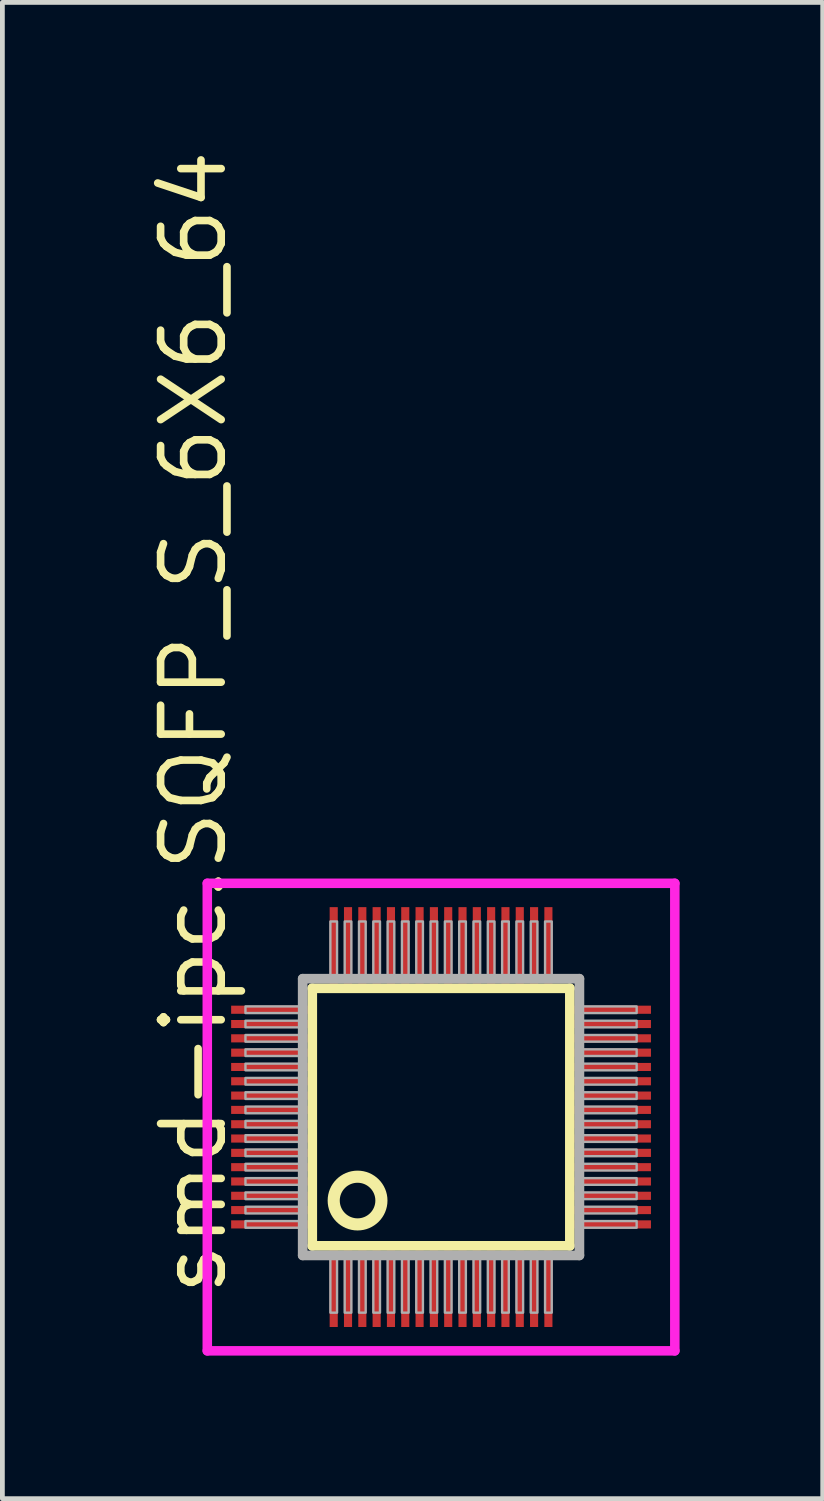
<source format=kicad_pcb>
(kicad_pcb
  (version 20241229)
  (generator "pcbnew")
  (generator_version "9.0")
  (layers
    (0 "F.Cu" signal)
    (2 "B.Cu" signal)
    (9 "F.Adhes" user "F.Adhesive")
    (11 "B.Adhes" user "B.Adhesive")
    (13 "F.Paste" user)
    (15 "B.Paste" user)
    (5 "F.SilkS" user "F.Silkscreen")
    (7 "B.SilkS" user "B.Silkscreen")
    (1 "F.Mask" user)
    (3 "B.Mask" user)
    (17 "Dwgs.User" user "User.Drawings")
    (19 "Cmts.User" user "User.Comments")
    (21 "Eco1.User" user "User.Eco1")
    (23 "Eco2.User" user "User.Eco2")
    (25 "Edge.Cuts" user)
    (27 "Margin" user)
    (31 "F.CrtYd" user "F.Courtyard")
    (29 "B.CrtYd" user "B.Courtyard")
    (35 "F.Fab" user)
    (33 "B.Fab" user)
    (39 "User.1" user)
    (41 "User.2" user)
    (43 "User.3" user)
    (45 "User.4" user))
  (footprint "smd-ipc.SQFP_S_6X6_64"
    (layer "F.Cu")
    (at 6.195 20.365)
    (property "Reference" "smd-ipc.SQFP_S_6X6_64" (at -4.445 3.81 90) (layer "F.SilkS") (effects (font (size 1.27 1.27) (thickness 0.16)) (justify left bottom)))
    (attr smd)
    (fp_line (start -2.7 -2.7) (end 2.7 -2.7) (stroke (width 0.203) (type default)) (layer "F.SilkS"))
    (fp_line (start -2.7 2.7) (end -2.7 -2.7) (stroke (width 0.203) (type default)) (layer "F.SilkS"))
    (fp_line (start 2.7 -2.7) (end 2.7 2.7) (stroke (width 0.203) (type default)) (layer "F.SilkS"))
    (fp_line (start 2.7 2.7) (end -2.7 2.7) (stroke (width 0.203) (type default)) (layer "F.SilkS"))
    (fp_circle (center -1.75 1.75) (end -1.25 1.75) (stroke (width 0.254) (type default)) (fill no) (layer "F.SilkS"))
    (fp_line (start -4.9 -4.9) (end 4.9 -4.9) (stroke (width 0.2) (type default)) (layer "F.CrtYd"))
    (fp_line (start -4.9 4.9) (end -4.9 -4.9) (stroke (width 0.2) (type default)) (layer "F.CrtYd"))
    (fp_line (start 4.9 -4.9) (end 4.9 4.9) (stroke (width 0.2) (type default)) (layer "F.CrtYd"))
    (fp_line (start 4.9 4.9) (end -4.9 4.9) (stroke (width 0.2) (type default)) (layer "F.CrtYd"))
    (fp_line (start -2.9 -2.9) (end -2.9 2.9) (stroke (width 0.203) (type default)) (layer "F.Fab"))
    (fp_line (start -2.9 2.9) (end 2.9 2.9) (stroke (width 0.203) (type default)) (layer "F.Fab"))
    (fp_line (start 2.9 -2.9) (end -2.9 -2.9) (stroke (width 0.203) (type default)) (layer "F.Fab"))
    (fp_line (start 2.9 2.9) (end 2.9 -2.9) (stroke (width 0.203) (type default)) (layer "F.Fab"))
    (fp_rect (start -4.1 -2.18) (end -2.95 -2.32) (stroke (width 0.05) (type default)) (fill no) (layer "F.Fab"))
    (fp_rect (start -4.1 -1.88) (end -2.95 -2.02) (stroke (width 0.05) (type default)) (fill no) (layer "F.Fab"))
    (fp_rect (start -4.1 -1.58) (end -2.95 -1.72) (stroke (width 0.05) (type default)) (fill no) (layer "F.Fab"))
    (fp_rect (start -4.1 -1.28) (end -2.95 -1.42) (stroke (width 0.05) (type default)) (fill no) (layer "F.Fab"))
    (fp_rect (start -4.1 -0.98) (end -2.95 -1.12) (stroke (width 0.05) (type default)) (fill no) (layer "F.Fab"))
    (fp_rect (start -4.1 -0.68) (end -2.95 -0.82) (stroke (width 0.05) (type default)) (fill no) (layer "F.Fab"))
    (fp_rect (start -4.1 -0.38) (end -2.95 -0.52) (stroke (width 0.05) (type default)) (fill no) (layer "F.Fab"))
    (fp_rect (start -4.1 -0.08) (end -2.95 -0.22) (stroke (width 0.05) (type default)) (fill no) (layer "F.Fab"))
    (fp_rect (start -4.1 0.22) (end -2.95 0.08) (stroke (width 0.05) (type default)) (fill no) (layer "F.Fab"))
    (fp_rect (start -4.1 0.52) (end -2.95 0.38) (stroke (width 0.05) (type default)) (fill no) (layer "F.Fab"))
    (fp_rect (start -4.1 0.82) (end -2.95 0.68) (stroke (width 0.05) (type default)) (fill no) (layer "F.Fab"))
    (fp_rect (start -4.1 1.12) (end -2.95 0.98) (stroke (width 0.05) (type default)) (fill no) (layer "F.Fab"))
    (fp_rect (start -4.1 1.42) (end -2.95 1.28) (stroke (width 0.05) (type default)) (fill no) (layer "F.Fab"))
    (fp_rect (start -4.1 1.72) (end -2.95 1.58) (stroke (width 0.05) (type default)) (fill no) (layer "F.Fab"))
    (fp_rect (start -4.1 2.02) (end -2.95 1.88) (stroke (width 0.05) (type default)) (fill no) (layer "F.Fab"))
    (fp_rect (start -4.1 2.32) (end -2.95 2.18) (stroke (width 0.05) (type default)) (fill no) (layer "F.Fab"))
    (fp_rect (start -2.32 -2.95) (end -2.18 -4.1) (stroke (width 0.05) (type default)) (fill no) (layer "F.Fab"))
    (fp_rect (start -2.32 4.1) (end -2.18 2.95) (stroke (width 0.05) (type default)) (fill no) (layer "F.Fab"))
    (fp_rect (start -2.02 -2.95) (end -1.88 -4.1) (stroke (width 0.05) (type default)) (fill no) (layer "F.Fab"))
    (fp_rect (start -2.02 4.1) (end -1.88 2.95) (stroke (width 0.05) (type default)) (fill no) (layer "F.Fab"))
    (fp_rect (start -1.72 -2.95) (end -1.58 -4.1) (stroke (width 0.05) (type default)) (fill no) (layer "F.Fab"))
    (fp_rect (start -1.72 4.1) (end -1.58 2.95) (stroke (width 0.05) (type default)) (fill no) (layer "F.Fab"))
    (fp_rect (start -1.42 -2.95) (end -1.28 -4.1) (stroke (width 0.05) (type default)) (fill no) (layer "F.Fab"))
    (fp_rect (start -1.42 4.1) (end -1.28 2.95) (stroke (width 0.05) (type default)) (fill no) (layer "F.Fab"))
    (fp_rect (start -1.12 -2.95) (end -0.98 -4.1) (stroke (width 0.05) (type default)) (fill no) (layer "F.Fab"))
    (fp_rect (start -1.12 4.1) (end -0.98 2.95) (stroke (width 0.05) (type default)) (fill no) (layer "F.Fab"))
    (fp_rect (start -0.82 -2.95) (end -0.68 -4.1) (stroke (width 0.05) (type default)) (fill no) (layer "F.Fab"))
    (fp_rect (start -0.82 4.1) (end -0.68 2.95) (stroke (width 0.05) (type default)) (fill no) (layer "F.Fab"))
    (fp_rect (start -0.52 -2.95) (end -0.38 -4.1) (stroke (width 0.05) (type default)) (fill no) (layer "F.Fab"))
    (fp_rect (start -0.52 4.1) (end -0.38 2.95) (stroke (width 0.05) (type default)) (fill no) (layer "F.Fab"))
    (fp_rect (start -0.22 -2.95) (end -0.08 -4.1) (stroke (width 0.05) (type default)) (fill no) (layer "F.Fab"))
    (fp_rect (start -0.22 4.1) (end -0.08 2.95) (stroke (width 0.05) (type default)) (fill no) (layer "F.Fab"))
    (fp_rect (start 0.08 -2.95) (end 0.22 -4.1) (stroke (width 0.05) (type default)) (fill no) (layer "F.Fab"))
    (fp_rect (start 0.08 4.1) (end 0.22 2.95) (stroke (width 0.05) (type default)) (fill no) (layer "F.Fab"))
    (fp_rect (start 0.38 -2.95) (end 0.52 -4.1) (stroke (width 0.05) (type default)) (fill no) (layer "F.Fab"))
    (fp_rect (start 0.38 4.1) (end 0.52 2.95) (stroke (width 0.05) (type default)) (fill no) (layer "F.Fab"))
    (fp_rect (start 0.68 -2.95) (end 0.82 -4.1) (stroke (width 0.05) (type default)) (fill no) (layer "F.Fab"))
    (fp_rect (start 0.68 4.1) (end 0.82 2.95) (stroke (width 0.05) (type default)) (fill no) (layer "F.Fab"))
    (fp_rect (start 0.98 -2.95) (end 1.12 -4.1) (stroke (width 0.05) (type default)) (fill no) (layer "F.Fab"))
    (fp_rect (start 0.98 4.1) (end 1.12 2.95) (stroke (width 0.05) (type default)) (fill no) (layer "F.Fab"))
    (fp_rect (start 1.28 -2.95) (end 1.42 -4.1) (stroke (width 0.05) (type default)) (fill no) (layer "F.Fab"))
    (fp_rect (start 1.28 4.1) (end 1.42 2.95) (stroke (width 0.05) (type default)) (fill no) (layer "F.Fab"))
    (fp_rect (start 1.58 -2.95) (end 1.72 -4.1) (stroke (width 0.05) (type default)) (fill no) (layer "F.Fab"))
    (fp_rect (start 1.58 4.1) (end 1.72 2.95) (stroke (width 0.05) (type default)) (fill no) (layer "F.Fab"))
    (fp_rect (start 1.88 -2.95) (end 2.02 -4.1) (stroke (width 0.05) (type default)) (fill no) (layer "F.Fab"))
    (fp_rect (start 1.88 4.1) (end 2.02 2.95) (stroke (width 0.05) (type default)) (fill no) (layer "F.Fab"))
    (fp_rect (start 2.18 -2.95) (end 2.32 -4.1) (stroke (width 0.05) (type default)) (fill no) (layer "F.Fab"))
    (fp_rect (start 2.18 4.1) (end 2.32 2.95) (stroke (width 0.05) (type default)) (fill no) (layer "F.Fab"))
    (fp_rect (start 2.95 -2.18) (end 4.1 -2.32) (stroke (width 0.05) (type default)) (fill no) (layer "F.Fab"))
    (fp_rect (start 2.95 -1.88) (end 4.1 -2.02) (stroke (width 0.05) (type default)) (fill no) (layer "F.Fab"))
    (fp_rect (start 2.95 -1.58) (end 4.1 -1.72) (stroke (width 0.05) (type default)) (fill no) (layer "F.Fab"))
    (fp_rect (start 2.95 -1.28) (end 4.1 -1.42) (stroke (width 0.05) (type default)) (fill no) (layer "F.Fab"))
    (fp_rect (start 2.95 -0.98) (end 4.1 -1.12) (stroke (width 0.05) (type default)) (fill no) (layer "F.Fab"))
    (fp_rect (start 2.95 -0.68) (end 4.1 -0.82) (stroke (width 0.05) (type default)) (fill no) (layer "F.Fab"))
    (fp_rect (start 2.95 -0.38) (end 4.1 -0.52) (stroke (width 0.05) (type default)) (fill no) (layer "F.Fab"))
    (fp_rect (start 2.95 -0.08) (end 4.1 -0.22) (stroke (width 0.05) (type default)) (fill no) (layer "F.Fab"))
    (fp_rect (start 2.95 0.22) (end 4.1 0.08) (stroke (width 0.05) (type default)) (fill no) (layer "F.Fab"))
    (fp_rect (start 2.95 0.52) (end 4.1 0.38) (stroke (width 0.05) (type default)) (fill no) (layer "F.Fab"))
    (fp_rect (start 2.95 0.82) (end 4.1 0.68) (stroke (width 0.05) (type default)) (fill no) (layer "F.Fab"))
    (fp_rect (start 2.95 1.12) (end 4.1 0.98) (stroke (width 0.05) (type default)) (fill no) (layer "F.Fab"))
    (fp_rect (start 2.95 1.42) (end 4.1 1.28) (stroke (width 0.05) (type default)) (fill no) (layer "F.Fab"))
    (fp_rect (start 2.95 1.72) (end 4.1 1.58) (stroke (width 0.05) (type default)) (fill no) (layer "F.Fab"))
    (fp_rect (start 2.95 2.02) (end 4.1 1.88) (stroke (width 0.05) (type default)) (fill no) (layer "F.Fab"))
    (fp_rect (start 2.95 2.32) (end 4.1 2.18) (stroke (width 0.05) (type default)) (fill no) (layer "F.Fab"))
    (pad "1" smd roundrect (at -2.25 3.6) (size 0.17 1.6) (layers "F.Cu" "F.Mask" "F.Paste") (roundrect_rratio 0.01))
    (pad "2" smd roundrect (at -1.95 3.6) (size 0.17 1.6) (layers "F.Cu" "F.Mask" "F.Paste") (roundrect_rratio 0.01))
    (pad "3" smd roundrect (at -1.65 3.6) (size 0.17 1.6) (layers "F.Cu" "F.Mask" "F.Paste") (roundrect_rratio 0.01))
    (pad "4" smd roundrect (at -1.35 3.6) (size 0.17 1.6) (layers "F.Cu" "F.Mask" "F.Paste") (roundrect_rratio 0.01))
    (pad "5" smd roundrect (at -1.05 3.6) (size 0.17 1.6) (layers "F.Cu" "F.Mask" "F.Paste") (roundrect_rratio 0.01))
    (pad "6" smd roundrect (at -0.75 3.6) (size 0.17 1.6) (layers "F.Cu" "F.Mask" "F.Paste") (roundrect_rratio 0.01))
    (pad "7" smd roundrect (at -0.45 3.6) (size 0.17 1.6) (layers "F.Cu" "F.Mask" "F.Paste") (roundrect_rratio 0.01))
    (pad "8" smd roundrect (at -0.15 3.6) (size 0.17 1.6) (layers "F.Cu" "F.Mask" "F.Paste") (roundrect_rratio 0.01))
    (pad "9" smd roundrect (at 0.15 3.6) (size 0.17 1.6) (layers "F.Cu" "F.Mask" "F.Paste") (roundrect_rratio 0.01))
    (pad "10" smd roundrect (at 0.45 3.6) (size 0.17 1.6) (layers "F.Cu" "F.Mask" "F.Paste") (roundrect_rratio 0.01))
    (pad "11" smd roundrect (at 0.75 3.6) (size 0.17 1.6) (layers "F.Cu" "F.Mask" "F.Paste") (roundrect_rratio 0.01))
    (pad "12" smd roundrect (at 1.05 3.6) (size 0.17 1.6) (layers "F.Cu" "F.Mask" "F.Paste") (roundrect_rratio 0.01))
    (pad "13" smd roundrect (at 1.35 3.6) (size 0.17 1.6) (layers "F.Cu" "F.Mask" "F.Paste") (roundrect_rratio 0.01))
    (pad "14" smd roundrect (at 1.65 3.6) (size 0.17 1.6) (layers "F.Cu" "F.Mask" "F.Paste") (roundrect_rratio 0.01))
    (pad "15" smd roundrect (at 1.95 3.6) (size 0.17 1.6) (layers "F.Cu" "F.Mask" "F.Paste") (roundrect_rratio 0.01))
    (pad "16" smd roundrect (at 2.25 3.6) (size 0.17 1.6) (layers "F.Cu" "F.Mask" "F.Paste") (roundrect_rratio 0.01))
    (pad "17" smd roundrect (at 3.6 2.25) (size 1.6 0.17) (layers "F.Cu" "F.Mask" "F.Paste") (roundrect_rratio 0.01))
    (pad "18" smd roundrect (at 3.6 1.95) (size 1.6 0.17) (layers "F.Cu" "F.Mask" "F.Paste") (roundrect_rratio 0.01))
    (pad "19" smd roundrect (at 3.6 1.65) (size 1.6 0.17) (layers "F.Cu" "F.Mask" "F.Paste") (roundrect_rratio 0.01))
    (pad "20" smd roundrect (at 3.6 1.35) (size 1.6 0.17) (layers "F.Cu" "F.Mask" "F.Paste") (roundrect_rratio 0.01))
    (pad "21" smd roundrect (at 3.6 1.05) (size 1.6 0.17) (layers "F.Cu" "F.Mask" "F.Paste") (roundrect_rratio 0.01))
    (pad "22" smd roundrect (at 3.6 0.75) (size 1.6 0.17) (layers "F.Cu" "F.Mask" "F.Paste") (roundrect_rratio 0.01))
    (pad "23" smd roundrect (at 3.6 0.45) (size 1.6 0.17) (layers "F.Cu" "F.Mask" "F.Paste") (roundrect_rratio 0.01))
    (pad "24" smd roundrect (at 3.6 0.15) (size 1.6 0.17) (layers "F.Cu" "F.Mask" "F.Paste") (roundrect_rratio 0.01))
    (pad "25" smd roundrect (at 3.6 -0.15) (size 1.6 0.17) (layers "F.Cu" "F.Mask" "F.Paste") (roundrect_rratio 0.01))
    (pad "26" smd roundrect (at 3.6 -0.45) (size 1.6 0.17) (layers "F.Cu" "F.Mask" "F.Paste") (roundrect_rratio 0.01))
    (pad "27" smd roundrect (at 3.6 -0.75) (size 1.6 0.17) (layers "F.Cu" "F.Mask" "F.Paste") (roundrect_rratio 0.01))
    (pad "28" smd roundrect (at 3.6 -1.05) (size 1.6 0.17) (layers "F.Cu" "F.Mask" "F.Paste") (roundrect_rratio 0.01))
    (pad "29" smd roundrect (at 3.6 -1.35) (size 1.6 0.17) (layers "F.Cu" "F.Mask" "F.Paste") (roundrect_rratio 0.01))
    (pad "30" smd roundrect (at 3.6 -1.65) (size 1.6 0.17) (layers "F.Cu" "F.Mask" "F.Paste") (roundrect_rratio 0.01))
    (pad "31" smd roundrect (at 3.6 -1.95) (size 1.6 0.17) (layers "F.Cu" "F.Mask" "F.Paste") (roundrect_rratio 0.01))
    (pad "32" smd roundrect (at 3.6 -2.25) (size 1.6 0.17) (layers "F.Cu" "F.Mask" "F.Paste") (roundrect_rratio 0.01))
    (pad "33" smd roundrect (at 2.25 -3.6) (size 0.17 1.6) (layers "F.Cu" "F.Mask" "F.Paste") (roundrect_rratio 0.01))
    (pad "34" smd roundrect (at 1.95 -3.6) (size 0.17 1.6) (layers "F.Cu" "F.Mask" "F.Paste") (roundrect_rratio 0.01))
    (pad "35" smd roundrect (at 1.65 -3.6) (size 0.17 1.6) (layers "F.Cu" "F.Mask" "F.Paste") (roundrect_rratio 0.01))
    (pad "36" smd roundrect (at 1.35 -3.6) (size 0.17 1.6) (layers "F.Cu" "F.Mask" "F.Paste") (roundrect_rratio 0.01))
    (pad "37" smd roundrect (at 1.05 -3.6) (size 0.17 1.6) (layers "F.Cu" "F.Mask" "F.Paste") (roundrect_rratio 0.01))
    (pad "38" smd roundrect (at 0.75 -3.6) (size 0.17 1.6) (layers "F.Cu" "F.Mask" "F.Paste") (roundrect_rratio 0.01))
    (pad "39" smd roundrect (at 0.45 -3.6) (size 0.17 1.6) (layers "F.Cu" "F.Mask" "F.Paste") (roundrect_rratio 0.01))
    (pad "40" smd roundrect (at 0.15 -3.6) (size 0.17 1.6) (layers "F.Cu" "F.Mask" "F.Paste") (roundrect_rratio 0.01))
    (pad "41" smd roundrect (at -0.15 -3.6) (size 0.17 1.6) (layers "F.Cu" "F.Mask" "F.Paste") (roundrect_rratio 0.01))
    (pad "42" smd roundrect (at -0.45 -3.6) (size 0.17 1.6) (layers "F.Cu" "F.Mask" "F.Paste") (roundrect_rratio 0.01))
    (pad "43" smd roundrect (at -0.75 -3.6) (size 0.17 1.6) (layers "F.Cu" "F.Mask" "F.Paste") (roundrect_rratio 0.01))
    (pad "44" smd roundrect (at -1.05 -3.6) (size 0.17 1.6) (layers "F.Cu" "F.Mask" "F.Paste") (roundrect_rratio 0.01))
    (pad "45" smd roundrect (at -1.35 -3.6) (size 0.17 1.6) (layers "F.Cu" "F.Mask" "F.Paste") (roundrect_rratio 0.01))
    (pad "46" smd roundrect (at -1.65 -3.6) (size 0.17 1.6) (layers "F.Cu" "F.Mask" "F.Paste") (roundrect_rratio 0.01))
    (pad "47" smd roundrect (at -1.95 -3.6) (size 0.17 1.6) (layers "F.Cu" "F.Mask" "F.Paste") (roundrect_rratio 0.01))
    (pad "48" smd roundrect (at -2.25 -3.6) (size 0.17 1.6) (layers "F.Cu" "F.Mask" "F.Paste") (roundrect_rratio 0.01))
    (pad "49" smd roundrect (at -3.6 -2.25) (size 1.6 0.17) (layers "F.Cu" "F.Mask" "F.Paste") (roundrect_rratio 0.01))
    (pad "50" smd roundrect (at -3.6 -1.95) (size 1.6 0.17) (layers "F.Cu" "F.Mask" "F.Paste") (roundrect_rratio 0.01))
    (pad "51" smd roundrect (at -3.6 -1.65) (size 1.6 0.17) (layers "F.Cu" "F.Mask" "F.Paste") (roundrect_rratio 0.01))
    (pad "52" smd roundrect (at -3.6 -1.35) (size 1.6 0.17) (layers "F.Cu" "F.Mask" "F.Paste") (roundrect_rratio 0.01))
    (pad "53" smd roundrect (at -3.6 -1.05) (size 1.6 0.17) (layers "F.Cu" "F.Mask" "F.Paste") (roundrect_rratio 0.01))
    (pad "54" smd roundrect (at -3.6 -0.75) (size 1.6 0.17) (layers "F.Cu" "F.Mask" "F.Paste") (roundrect_rratio 0.01))
    (pad "55" smd roundrect (at -3.6 -0.45) (size 1.6 0.17) (layers "F.Cu" "F.Mask" "F.Paste") (roundrect_rratio 0.01))
    (pad "56" smd roundrect (at -3.6 -0.15) (size 1.6 0.17) (layers "F.Cu" "F.Mask" "F.Paste") (roundrect_rratio 0.01))
    (pad "57" smd roundrect (at -3.6 0.15) (size 1.6 0.17) (layers "F.Cu" "F.Mask" "F.Paste") (roundrect_rratio 0.01))
    (pad "58" smd roundrect (at -3.6 0.45) (size 1.6 0.17) (layers "F.Cu" "F.Mask" "F.Paste") (roundrect_rratio 0.01))
    (pad "59" smd roundrect (at -3.6 0.75) (size 1.6 0.17) (layers "F.Cu" "F.Mask" "F.Paste") (roundrect_rratio 0.01))
    (pad "60" smd roundrect (at -3.6 1.05) (size 1.6 0.17) (layers "F.Cu" "F.Mask" "F.Paste") (roundrect_rratio 0.01))
    (pad "61" smd roundrect (at -3.6 1.35) (size 1.6 0.17) (layers "F.Cu" "F.Mask" "F.Paste") (roundrect_rratio 0.01))
    (pad "62" smd roundrect (at -3.6 1.65) (size 1.6 0.17) (layers "F.Cu" "F.Mask" "F.Paste") (roundrect_rratio 0.01))
    (pad "63" smd roundrect (at -3.6 1.95) (size 1.6 0.17) (layers "F.Cu" "F.Mask" "F.Paste") (roundrect_rratio 0.01))
    (pad "64" smd roundrect (at -3.6 2.25) (size 1.6 0.17) (layers "F.Cu" "F.Mask" "F.Paste") (roundrect_rratio 0.01)))
  (gr_rect
    (start -3 -3)
    (end 14.195 28.364)
    (stroke (width 0.1) (type default))
    (fill no)
    (layer "Edge.Cuts")))
</source>
